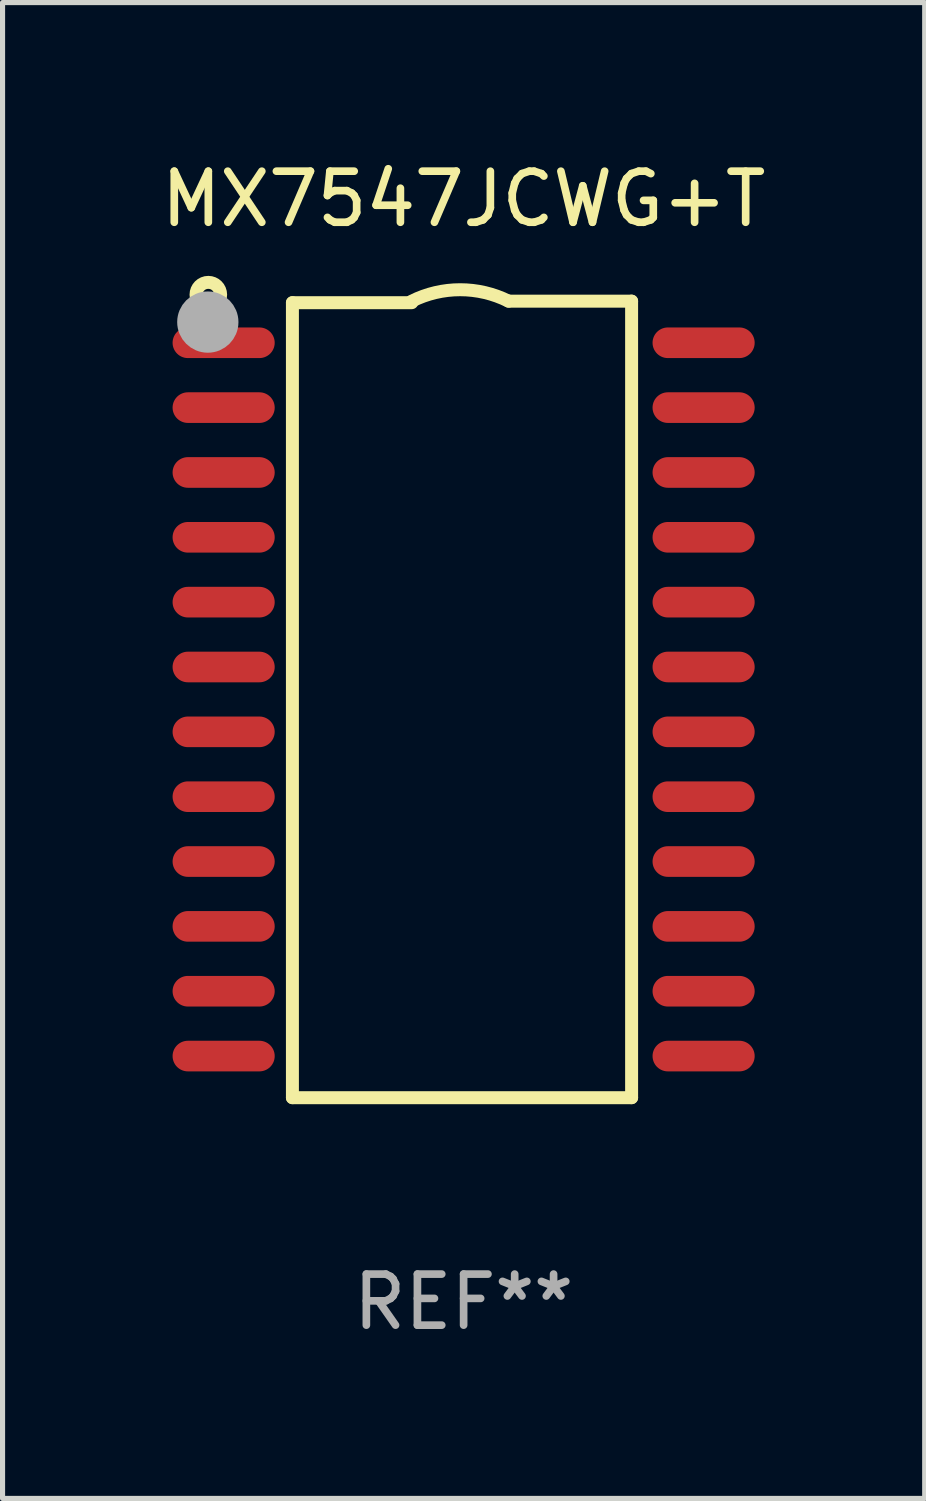
<source format=kicad_pcb>
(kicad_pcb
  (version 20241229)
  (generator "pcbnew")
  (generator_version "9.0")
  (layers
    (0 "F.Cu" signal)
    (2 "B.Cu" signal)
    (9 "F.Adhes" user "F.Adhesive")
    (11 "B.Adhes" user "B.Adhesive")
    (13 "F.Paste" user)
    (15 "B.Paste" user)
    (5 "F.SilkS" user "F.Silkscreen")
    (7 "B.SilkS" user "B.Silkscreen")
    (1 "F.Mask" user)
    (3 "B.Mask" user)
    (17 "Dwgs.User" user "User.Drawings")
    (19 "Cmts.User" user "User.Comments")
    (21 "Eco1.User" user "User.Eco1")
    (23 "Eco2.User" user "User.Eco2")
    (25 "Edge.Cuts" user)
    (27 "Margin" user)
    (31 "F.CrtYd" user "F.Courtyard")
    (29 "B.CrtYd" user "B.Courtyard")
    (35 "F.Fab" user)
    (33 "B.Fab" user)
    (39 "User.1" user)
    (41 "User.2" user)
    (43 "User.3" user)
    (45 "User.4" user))
  (footprint "MX7547JCWG+T"
    (layer "F.Cu")
    (at 6.03 10.648)
    (property "Reference" "MX7547JCWG+T" (at 0 -9.8 0) (layer "F.SilkS") (effects (font (size 1 1) (thickness 0.15))))
    (attr through_hole)
    (fp_line (start -3.353 -7.77) (end -1.016 -7.77) (stroke (width 0.254) (type solid)) (layer "F.SilkS"))
    (fp_line (start -3.353 7.8) (end -3.353 -7.77) (stroke (width 0.254) (type solid)) (layer "F.SilkS"))
    (fp_line (start 0.881 -7.8) (end 3.29 -7.8) (stroke (width 0.254) (type solid)) (layer "F.SilkS"))
    (fp_line (start 3.29 -7.8) (end 3.29 7.8) (stroke (width 0.254) (type solid)) (layer "F.SilkS"))
    (fp_line (start 3.29 7.8) (end -3.353 7.8) (stroke (width 0.254) (type solid)) (layer "F.SilkS"))
    (fp_arc (start -1.015951 -7.800025) (mid -0.067691 -8.023879) (end 0.880569 -7.800025) (stroke (width 0.254001) (type solid)) (layer "F.SilkS"))
    (fp_circle (center -5 -7.927) (end -4.886 -7.927) (stroke (width 0.254) (type solid)) (fill no) (layer "F.SilkS"))
    (fp_circle (center -5.01 -7.39) (end -4.71 -7.39) (stroke (width 0.6) (type solid)) (fill no) (layer "F.Fab"))
    (fp_text user "REF**" (at 0 11.8 0) (layer "F.Fab") (effects (font (size 1 1) (thickness 0.15))))
    (pad "1" smd oval (at -4.7 -6.985 270) (size 0.6 2) (layers "F.Cu" "F.Mask" "F.Paste"))
    (pad "2" smd oval (at -4.7 -5.715 270) (size 0.6 2) (layers "F.Cu" "F.Mask" "F.Paste"))
    (pad "3" smd oval (at -4.7 -4.445 270) (size 0.6 2) (layers "F.Cu" "F.Mask" "F.Paste"))
    (pad "4" smd oval (at -4.7 -3.175 270) (size 0.6 2) (layers "F.Cu" "F.Mask" "F.Paste"))
    (pad "5" smd oval (at -4.7 -1.905 270) (size 0.6 2) (layers "F.Cu" "F.Mask" "F.Paste"))
    (pad "6" smd oval (at -4.7 -0.635 270) (size 0.6 2) (layers "F.Cu" "F.Mask" "F.Paste"))
    (pad "7" smd oval (at -4.7 0.635 270) (size 0.6 2) (layers "F.Cu" "F.Mask" "F.Paste"))
    (pad "8" smd oval (at -4.7 1.905 270) (size 0.6 2) (layers "F.Cu" "F.Mask" "F.Paste"))
    (pad "9" smd oval (at -4.7 3.175 270) (size 0.6 2) (layers "F.Cu" "F.Mask" "F.Paste"))
    (pad "10" smd oval (at -4.7 4.445 270) (size 0.6 2) (layers "F.Cu" "F.Mask" "F.Paste"))
    (pad "11" smd oval (at -4.7 5.715 270) (size 0.6 2) (layers "F.Cu" "F.Mask" "F.Paste"))
    (pad "12" smd oval (at -4.7 6.985 270) (size 0.6 2) (layers "F.Cu" "F.Mask" "F.Paste"))
    (pad "13" smd oval (at 4.7 6.985 270) (size 0.6 2) (layers "F.Cu" "F.Mask" "F.Paste"))
    (pad "14" smd oval (at 4.7 5.715 270) (size 0.6 2) (layers "F.Cu" "F.Mask" "F.Paste"))
    (pad "15" smd oval (at 4.7 4.445 270) (size 0.6 2) (layers "F.Cu" "F.Mask" "F.Paste"))
    (pad "16" smd oval (at 4.7 3.175 270) (size 0.6 2) (layers "F.Cu" "F.Mask" "F.Paste"))
    (pad "17" smd oval (at 4.7 1.905 270) (size 0.6 2) (layers "F.Cu" "F.Mask" "F.Paste"))
    (pad "18" smd oval (at 4.7 0.635 270) (size 0.6 2) (layers "F.Cu" "F.Mask" "F.Paste"))
    (pad "19" smd oval (at 4.7 -0.635 270) (size 0.6 2) (layers "F.Cu" "F.Mask" "F.Paste"))
    (pad "20" smd oval (at 4.7 -1.905 270) (size 0.6 2) (layers "F.Cu" "F.Mask" "F.Paste"))
    (pad "21" smd oval (at 4.7 -3.175 270) (size 0.6 2) (layers "F.Cu" "F.Mask" "F.Paste"))
    (pad "22" smd oval (at 4.7 -4.445 270) (size 0.6 2) (layers "F.Cu" "F.Mask" "F.Paste"))
    (pad "23" smd oval (at 4.7 -5.715 270) (size 0.6 2) (layers "F.Cu" "F.Mask" "F.Paste"))
    (pad "24" smd oval (at 4.7 -6.985 270) (size 0.6 2) (layers "F.Cu" "F.Mask" "F.Paste")))
  (gr_rect
    (start -3 -3)
    (end 15.06 26.297)
    (stroke (width 0.1) (type default))
    (fill no)
    (layer "Edge.Cuts")))
</source>
